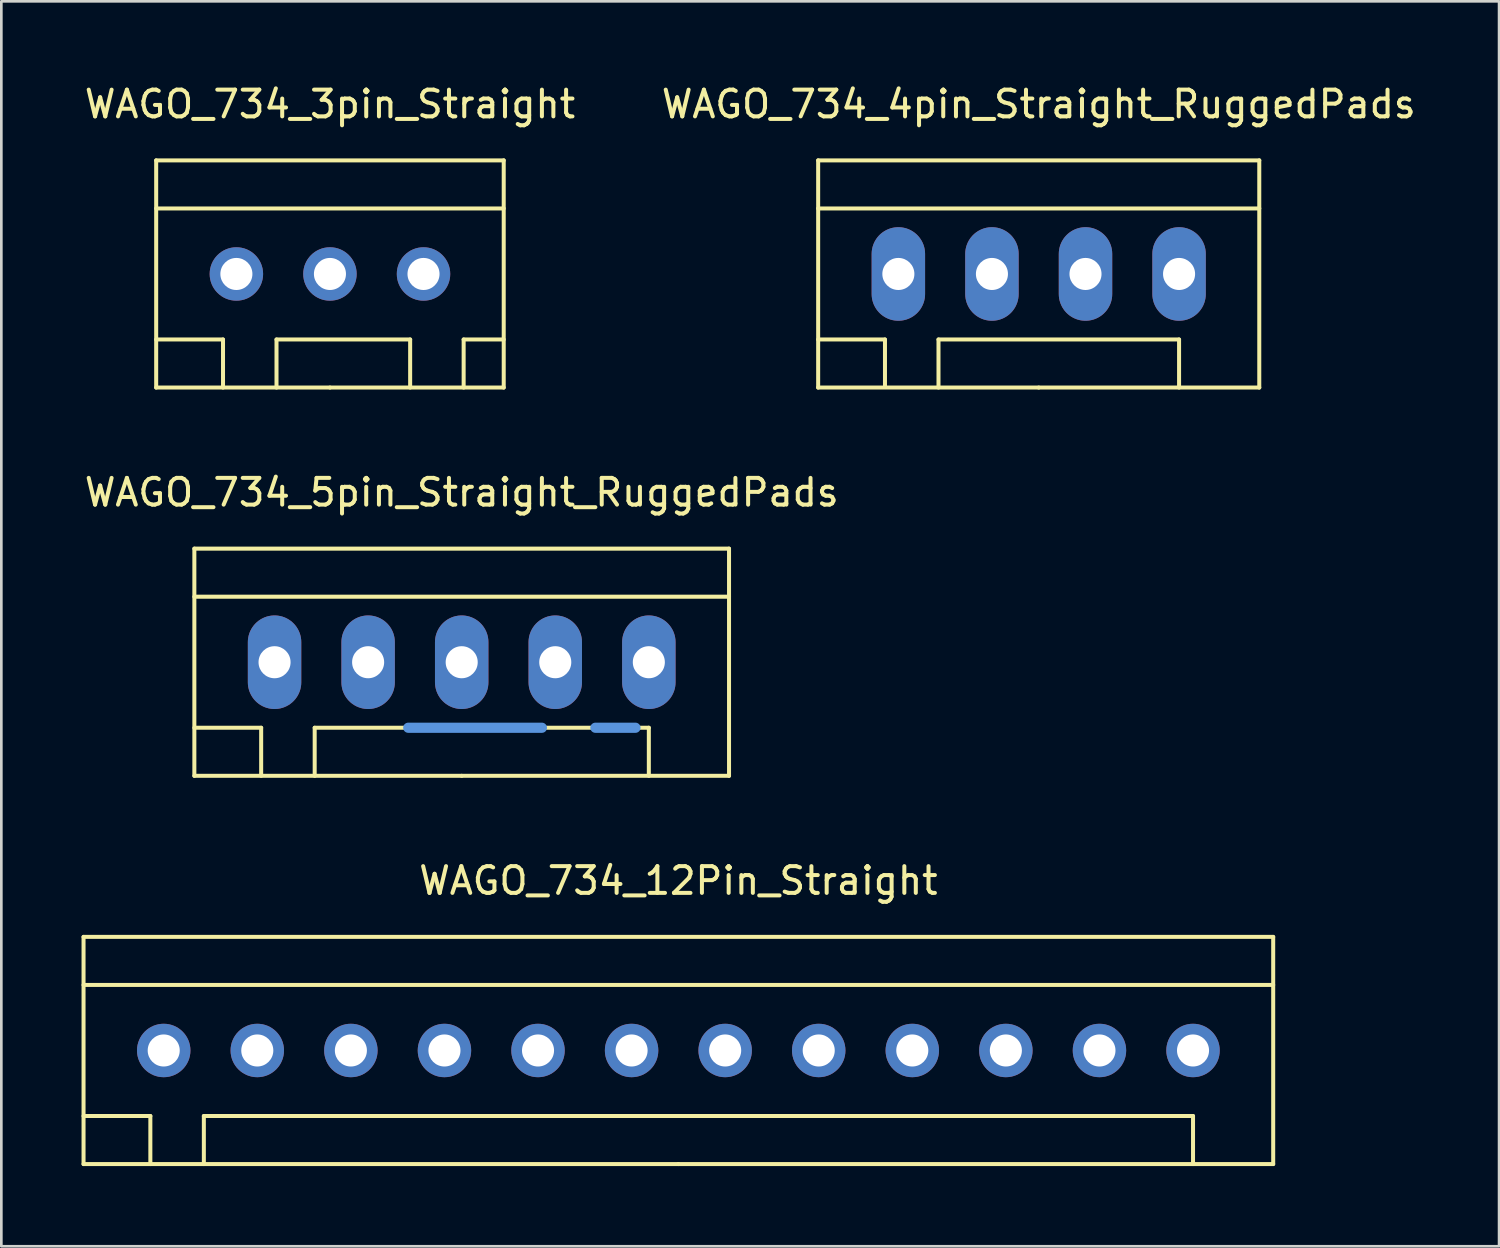
<source format=kicad_pcb>
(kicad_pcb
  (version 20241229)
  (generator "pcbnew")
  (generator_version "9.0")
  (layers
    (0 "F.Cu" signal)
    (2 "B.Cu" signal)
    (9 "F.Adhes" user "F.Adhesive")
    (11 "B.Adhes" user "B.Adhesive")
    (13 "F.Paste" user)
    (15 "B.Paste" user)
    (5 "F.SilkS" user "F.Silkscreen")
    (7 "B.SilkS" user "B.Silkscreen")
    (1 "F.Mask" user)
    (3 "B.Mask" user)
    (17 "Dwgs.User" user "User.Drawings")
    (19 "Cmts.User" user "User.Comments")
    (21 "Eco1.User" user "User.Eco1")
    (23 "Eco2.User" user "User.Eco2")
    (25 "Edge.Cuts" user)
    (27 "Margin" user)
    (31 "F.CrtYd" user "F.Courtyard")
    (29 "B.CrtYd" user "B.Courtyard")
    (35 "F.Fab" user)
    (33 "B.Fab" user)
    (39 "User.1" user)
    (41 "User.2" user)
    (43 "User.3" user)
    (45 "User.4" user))
  (footprint "WAGO_734_5pin_Straight_RuggedPads"
    (layer "F.Cu")
    (at 14.22 21.721)
    (property "Reference" "WAGO_734_5pin_Straight_RuggedPads" (at 0 -6.35 0) (layer "F.SilkS") (effects (font (size 1 1) (thickness 0.15))))
    (attr through_hole)
    (fp_line (start -10 -4.249) (end -10 4.249) (stroke (width 0.15) (type solid)) (layer "F.SilkS"))
    (fp_line (start -10 -2.451) (end 10 -2.451) (stroke (width 0.15) (type solid)) (layer "F.SilkS"))
    (fp_line (start -10 2.451) (end -7.501 2.451) (stroke (width 0.15) (type solid)) (layer "F.SilkS"))
    (fp_line (start -10 4.249) (end 0 4.249) (stroke (width 0.15) (type solid)) (layer "F.SilkS"))
    (fp_line (start -7.501 2.451) (end -7.501 4.249) (stroke (width 0.15) (type solid)) (layer "F.SilkS"))
    (fp_line (start -5.499 4.249) (end -5.499 2.451) (stroke (width 0.15) (type solid)) (layer "F.SilkS"))
    (fp_line (start 0 4.249) (end 10 4.249) (stroke (width 0.15) (type solid)) (layer "F.SilkS"))
    (fp_line (start 7 2.451) (end -5.499 2.451) (stroke (width 0.15) (type solid)) (layer "F.SilkS"))
    (fp_line (start 7 4.249) (end 7 2.451) (stroke (width 0.15) (type solid)) (layer "F.SilkS"))
    (fp_line (start 10 -4.249) (end -10 -4.249) (stroke (width 0.15) (type solid)) (layer "F.SilkS"))
    (fp_line (start 10 4.249) (end 10 -4.249) (stroke (width 0.15) (type solid)) (layer "F.SilkS"))
    (fp_line (start -1.999 2.451) (end 3 2.451) (stroke (width 0.381) (type solid)) (layer "Cmts.User"))
    (fp_line (start 5.001 2.451) (end 6.5 2.451) (stroke (width 0.381) (type solid)) (layer "Cmts.User"))
    (pad "1" thru_hole oval (at -7 0) (size 1.999 3.5) (drill 1.199) (layers "*.Cu" "*.Mask"))
    (pad "2" thru_hole oval (at -3.5 0) (size 1.999 3.5) (drill 1.199) (layers "*.Cu" "*.Mask"))
    (pad "3" thru_hole oval (at 0 0) (size 1.999 3.5) (drill 1.199) (layers "*.Cu" "*.Mask"))
    (pad "4" thru_hole oval (at 3.5 0) (size 1.999 3.5) (drill 1.199) (layers "*.Cu" "*.Mask"))
    (pad "5" thru_hole oval (at 7 0) (size 1.999 3.5) (drill 1.199) (layers "*.Cu" "*.Mask")))
  (footprint "WAGO_734_12Pin_Straight"
    (layer "F.Cu")
    (at 22.325 36.244)
    (property "Reference" "WAGO_734_12Pin_Straight" (at 0 -6.35 0) (layer "F.SilkS") (effects (font (size 1 1) (thickness 0.15))))
    (attr through_hole)
    (fp_line (start -22.25 -4.249) (end -22.25 4.249) (stroke (width 0.15) (type solid)) (layer "F.SilkS"))
    (fp_line (start -22.25 -2.451) (end 22.25 -2.451) (stroke (width 0.15) (type solid)) (layer "F.SilkS"))
    (fp_line (start -22.25 2.451) (end -19.751 2.451) (stroke (width 0.15) (type solid)) (layer "F.SilkS"))
    (fp_line (start -22.25 4.249) (end 0 4.249) (stroke (width 0.15) (type solid)) (layer "F.SilkS"))
    (fp_line (start -19.751 2.451) (end -19.751 4.249) (stroke (width 0.15) (type solid)) (layer "F.SilkS"))
    (fp_line (start -17.75 4.249) (end -17.75 2.451) (stroke (width 0.15) (type solid)) (layer "F.SilkS"))
    (fp_line (start 0 4.249) (end 22.25 4.249) (stroke (width 0.15) (type solid)) (layer "F.SilkS"))
    (fp_line (start 19.251 2.451) (end -17.75 2.451) (stroke (width 0.15) (type solid)) (layer "F.SilkS"))
    (fp_line (start 19.251 4.249) (end 19.251 2.451) (stroke (width 0.15) (type solid)) (layer "F.SilkS"))
    (fp_line (start 22.25 -4.249) (end -22.25 -4.249) (stroke (width 0.15) (type solid)) (layer "F.SilkS"))
    (fp_line (start 22.25 4.249) (end 22.25 -4.249) (stroke (width 0.15) (type solid)) (layer "F.SilkS"))
    (pad "1" thru_hole circle (at -19.251 0) (size 1.999 1.999) (drill 1.199) (layers "*.Cu" "*.Mask"))
    (pad "2" thru_hole circle (at -15.751 0) (size 1.999 1.999) (drill 1.199) (layers "*.Cu" "*.Mask"))
    (pad "3" thru_hole circle (at -12.25 0) (size 1.999 1.999) (drill 1.199) (layers "*.Cu" "*.Mask"))
    (pad "4" thru_hole circle (at -8.75 0) (size 1.999 1.999) (drill 1.199) (layers "*.Cu" "*.Mask"))
    (pad "5" thru_hole circle (at -5.25 0) (size 1.999 1.999) (drill 1.199) (layers "*.Cu" "*.Mask"))
    (pad "6" thru_hole circle (at -1.75 0) (size 1.999 1.999) (drill 1.199) (layers "*.Cu" "*.Mask"))
    (pad "7" thru_hole circle (at 1.75 0) (size 1.999 1.999) (drill 1.199) (layers "*.Cu" "*.Mask"))
    (pad "8" thru_hole circle (at 5.25 0) (size 1.999 1.999) (drill 1.199) (layers "*.Cu" "*.Mask"))
    (pad "9" thru_hole circle (at 8.75 0) (size 1.999 1.999) (drill 1.199) (layers "*.Cu" "*.Mask"))
    (pad "10" thru_hole circle (at 12.25 0) (size 1.999 1.999) (drill 1.199) (layers "*.Cu" "*.Mask"))
    (pad "11" thru_hole circle (at 15.751 0) (size 1.999 1.999) (drill 1.199) (layers "*.Cu" "*.Mask"))
    (pad "12" thru_hole circle (at 19.251 0) (size 1.999 1.999) (drill 1.199) (layers "*.Cu" "*.Mask")))
  (footprint "WAGO_734_4pin_Straight_RuggedPads"
    (layer "F.Cu")
    (at 35.804 7.198)
    (property "Reference" "WAGO_734_4pin_Straight_RuggedPads" (at 0 -6.35 0) (layer "F.SilkS") (effects (font (size 1 1) (thickness 0.15))))
    (attr through_hole)
    (fp_line (start -8.25 -4.249) (end 8.25 -4.249) (stroke (width 0.15) (type solid)) (layer "F.SilkS"))
    (fp_line (start -8.25 -2.451) (end 8.25 -2.451) (stroke (width 0.15) (type solid)) (layer "F.SilkS"))
    (fp_line (start -8.25 2.451) (end -5.751 2.451) (stroke (width 0.15) (type solid)) (layer "F.SilkS"))
    (fp_line (start -8.25 4.249) (end -8.25 -4.249) (stroke (width 0.15) (type solid)) (layer "F.SilkS"))
    (fp_line (start -5.751 2.451) (end -5.751 4.201) (stroke (width 0.15) (type solid)) (layer "F.SilkS"))
    (fp_line (start -3.749 4.249) (end -3.749 2.451) (stroke (width 0.15) (type solid)) (layer "F.SilkS"))
    (fp_line (start 0 4.249) (end -8.25 4.249) (stroke (width 0.15) (type solid)) (layer "F.SilkS"))
    (fp_line (start 5.25 2.451) (end -3.749 2.451) (stroke (width 0.15) (type solid)) (layer "F.SilkS"))
    (fp_line (start 5.25 4.249) (end 5.25 2.451) (stroke (width 0.15) (type solid)) (layer "F.SilkS"))
    (fp_line (start 8.25 -4.249) (end 8.25 4.249) (stroke (width 0.15) (type solid)) (layer "F.SilkS"))
    (fp_line (start 8.25 4.249) (end 0 4.249) (stroke (width 0.15) (type solid)) (layer "F.SilkS"))
    (pad "1" thru_hole oval (at -5.25 0) (size 1.999 3.5) (drill 1.199) (layers "*.Cu" "*.Mask"))
    (pad "2" thru_hole oval (at -1.75 0) (size 1.999 3.5) (drill 1.199) (layers "*.Cu" "*.Mask"))
    (pad "3" thru_hole oval (at 1.75 0) (size 1.999 3.5) (drill 1.199) (layers "*.Cu" "*.Mask"))
    (pad "4" thru_hole oval (at 5.25 0) (size 1.999 3.5) (drill 1.199) (layers "*.Cu" "*.Mask")))
  (footprint "WAGO_734_3pin_Straight"
    (layer "F.Cu")
    (at 9.292 7.198)
    (property "Reference" "WAGO_734_3pin_Straight" (at 0 -6.35 0) (layer "F.SilkS") (effects (font (size 1 1) (thickness 0.15))))
    (attr through_hole)
    (fp_line (start -6.5 -4.249) (end 6.5 -4.249) (stroke (width 0.15) (type solid)) (layer "F.SilkS"))
    (fp_line (start -6.5 -2.451) (end 6.5 -2.451) (stroke (width 0.15) (type solid)) (layer "F.SilkS"))
    (fp_line (start -6.5 2.451) (end -4 2.451) (stroke (width 0.15) (type solid)) (layer "F.SilkS"))
    (fp_line (start -6.5 4.249) (end -6.5 -4.249) (stroke (width 0.15) (type solid)) (layer "F.SilkS"))
    (fp_line (start -4 2.451) (end -4 4.249) (stroke (width 0.15) (type solid)) (layer "F.SilkS"))
    (fp_line (start -1.999 2.451) (end 3 2.451) (stroke (width 0.15) (type solid)) (layer "F.SilkS"))
    (fp_line (start -1.999 4.249) (end -1.999 2.451) (stroke (width 0.15) (type solid)) (layer "F.SilkS"))
    (fp_line (start 0 4.249) (end -6.5 4.249) (stroke (width 0.15) (type solid)) (layer "F.SilkS"))
    (fp_line (start 3 2.451) (end 3 4.249) (stroke (width 0.15) (type solid)) (layer "F.SilkS"))
    (fp_line (start 5.001 2.451) (end 6.5 2.451) (stroke (width 0.15) (type solid)) (layer "F.SilkS"))
    (fp_line (start 5.001 4.249) (end 5.001 2.451) (stroke (width 0.15) (type solid)) (layer "F.SilkS"))
    (fp_line (start 6.5 -4.249) (end 6.5 4.249) (stroke (width 0.15) (type solid)) (layer "F.SilkS"))
    (fp_line (start 6.5 4.249) (end 0 4.249) (stroke (width 0.15) (type solid)) (layer "F.SilkS"))
    (pad "1" thru_hole circle (at -3.5 0) (size 1.999 1.999) (drill 1.199) (layers "*.Cu" "*.Mask"))
    (pad "2" thru_hole circle (at 0 0) (size 1.999 1.999) (drill 1.199) (layers "*.Cu" "*.Mask"))
    (pad "3" thru_hole circle (at 3.5 0) (size 1.999 1.999) (drill 1.199) (layers "*.Cu" "*.Mask")))
  (gr_rect
    (start -3 -3)
    (end 53.024 43.568)
    (stroke (width 0.1) (type default))
    (fill no)
    (layer "Edge.Cuts")))
</source>
